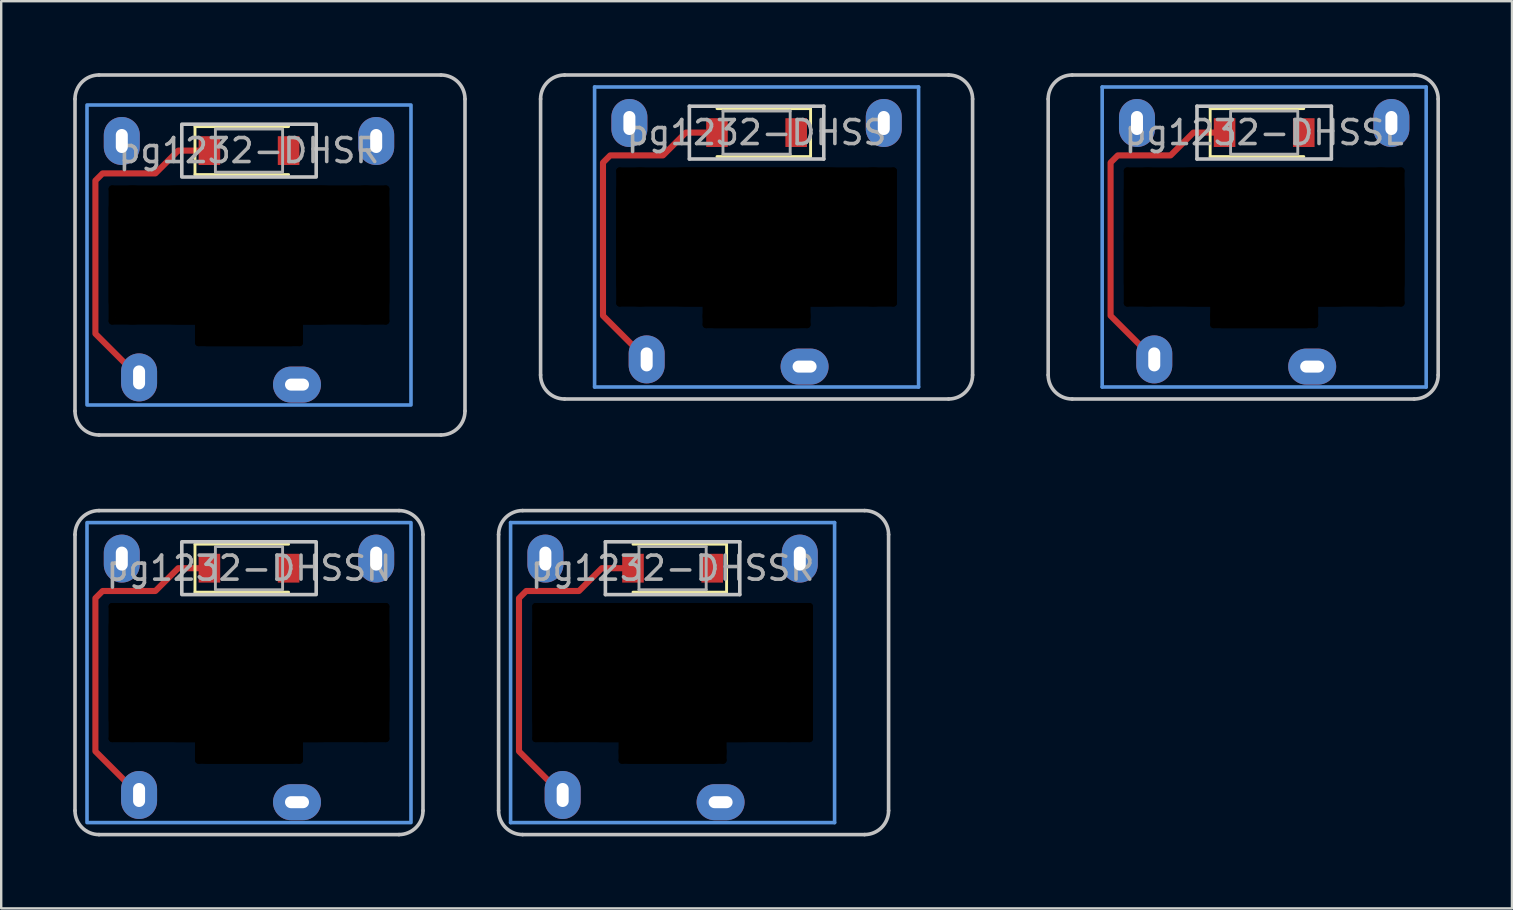
<source format=kicad_pcb>
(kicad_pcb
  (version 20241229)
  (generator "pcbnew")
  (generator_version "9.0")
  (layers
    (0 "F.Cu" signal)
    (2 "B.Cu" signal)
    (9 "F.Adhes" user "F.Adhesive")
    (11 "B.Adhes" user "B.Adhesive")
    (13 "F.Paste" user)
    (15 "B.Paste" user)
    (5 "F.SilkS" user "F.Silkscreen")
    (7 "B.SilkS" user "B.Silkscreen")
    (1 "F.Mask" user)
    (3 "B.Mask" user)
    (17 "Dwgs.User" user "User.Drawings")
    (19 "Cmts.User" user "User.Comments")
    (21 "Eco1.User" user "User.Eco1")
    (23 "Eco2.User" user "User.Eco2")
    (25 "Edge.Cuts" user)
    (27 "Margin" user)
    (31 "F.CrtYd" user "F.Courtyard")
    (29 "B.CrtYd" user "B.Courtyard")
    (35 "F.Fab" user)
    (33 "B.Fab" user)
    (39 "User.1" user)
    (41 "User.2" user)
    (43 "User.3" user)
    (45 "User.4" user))
  (footprint "pg1232-DHSSR"
    (layer "F.Cu")
    (at 24.975 20.625)
    (property "Reference" "pg1232-DHSSR" (at 0 0 0) (layer "F.Fab") (effects (font (size 1 1) (thickness 0.15))))
    (attr smd)
    (fp_line (start 2.25 -1) (end -1.65 -1) (stroke (width 0.12) (type solid)) (layer "F.SilkS"))
    (fp_line (start 2.25 -1) (end 2.25 1) (stroke (width 0.12) (type solid)) (layer "F.SilkS"))
    (fp_line (start 2.25 1) (end -1.65 1) (stroke (width 0.12) (type solid)) (layer "F.SilkS"))
    (fp_line (start -7.25 10.1) (end -7.25 -1.4) (stroke (width 0.15) (type solid)) (layer "Dwgs.User"))
    (fp_line (start -6.25 -2.4) (end 8 -2.4) (stroke (width 0.15) (type solid)) (layer "Dwgs.User"))
    (fp_line (start -2.8 -1.1) (end -2.8 1.1) (stroke (width 0.15) (type solid)) (layer "Dwgs.User"))
    (fp_line (start -2.8 1.1) (end 2.8 1.1) (stroke (width 0.15) (type solid)) (layer "Dwgs.User"))
    (fp_line (start 2.8 -1.1) (end -2.8 -1.1) (stroke (width 0.15) (type solid)) (layer "Dwgs.User"))
    (fp_line (start 2.8 1.1) (end 2.8 -1.1) (stroke (width 0.15) (type solid)) (layer "Dwgs.User"))
    (fp_line (start 8 11.1) (end -6.25 11.1) (stroke (width 0.15) (type solid)) (layer "Dwgs.User"))
    (fp_line (start 9 -1.4) (end 9 10.1) (stroke (width 0.15) (type solid)) (layer "Dwgs.User"))
    (fp_arc (start -7.25 -1.4) (mid -6.957107 -2.107107) (end -6.25 -2.4) (stroke (width 0.15) (type solid)) (layer "Dwgs.User"))
    (fp_arc (start -6.25 11.1) (mid -6.957107 10.807107) (end -7.25 10.1) (stroke (width 0.15) (type solid)) (layer "Dwgs.User"))
    (fp_arc (start 8 -2.4) (mid 8.707107 -2.107107) (end 9 -1.4) (stroke (width 0.15) (type solid)) (layer "Dwgs.User"))
    (fp_arc (start 9 10.1) (mid 8.707107 10.807107) (end 8 11.1) (stroke (width 0.15) (type solid)) (layer "Dwgs.User"))
    (fp_line (start -6.75 -1.9) (end -6.75 10.6) (stroke (width 0.15) (type solid)) (layer "Cmts.User"))
    (fp_line (start -6.75 10.6) (end 6.75 10.6) (stroke (width 0.15) (type solid)) (layer "Cmts.User"))
    (fp_line (start 6.75 -1.9) (end -6.75 -1.9) (stroke (width 0.15) (type solid)) (layer "Cmts.User"))
    (fp_line (start 6.75 10.6) (end 6.75 -1.9) (stroke (width 0.15) (type solid)) (layer "Cmts.User"))
    (fp_line (start -1.4 -0.9) (end -1.4 0.9) (stroke (width 0.12) (type solid)) (layer "F.Fab"))
    (fp_line (start -1.4 0.9) (end 1.4 0.9) (stroke (width 0.12) (type solid)) (layer "F.Fab"))
    (fp_line (start 1.4 -0.9) (end -1.4 -0.9) (stroke (width 0.12) (type solid)) (layer "F.Fab"))
    (fp_line (start 1.4 0.9) (end 1.4 -0.9) (stroke (width 0.12) (type solid)) (layer "F.Fab"))
    (pad "" np_thru_hole oval (at -5.7 4.35 90) (size 5.8 0.3) (drill oval 5.8 0.3) (layers "*.Mask"))
    (pad "" thru_hole oval (at -5.3 -0.4 90) (size 2 1.5) (drill oval 1 0.5) (layers "*.Cu" "B.Mask"))
    (pad "" np_thru_hole oval (at -4.85 4.35) (size 2 5.8) (drill oval 2 5.8) (layers "*.Mask"))
    (pad "" thru_hole oval (at -4.58 9.45 90) (size 2 1.5) (drill oval 1 0.5) (layers "*.Cu" "B.Mask"))
    (pad "" np_thru_hole oval (at -2.1 7.6 90) (size 1.1 0.3) (drill oval 1.1 0.3) (layers "*.Mask"))
    (pad "" smd custom (at -1.65 0) (size 0.254 0.254) (layers "F.Cu") (options (anchor circle)) (primitives (gr_line (start -4.75 7.63) (end -2.93 9.45) (width 0.254)) (gr_line (start 0 0) (end -1.3 0) (width 0.254)) (gr_line (start -1.3 0) (end -2.25 0.95) (width 0.254)) (gr_line (start -4.75 1.25) (end -4.75 7.63) (width 0.254)) (gr_line (start -2.25 0.95) (end -4.45 0.95) (width 0.254)) (gr_line (start -4.45 0.95) (end -4.75 1.25) (width 0.254))))
    (pad "" smd rect (at -1.65 0) (size 0.9 1.2) (layers "F.Cu" "F.Mask" "F.Paste"))
    (pad "" np_thru_hole oval (at 0 1.6) (size 11.7 0.3) (drill oval 11.7 0.3) (layers "*.Mask"))
    (pad "" np_thru_hole oval (at 0 4.35) (size 11.7 5.8) (drill oval 11.7 5.8) (layers "*.Mask"))
    (pad "" np_thru_hole oval (at 0 7.1) (size 11.7 0.3) (drill oval 11.7 0.3) (layers "*.Mask"))
    (pad "" np_thru_hole oval (at 0 7.65) (size 4.5 1) (drill oval 4.5 1) (layers "*.Mask"))
    (pad "" np_thru_hole oval (at 0 8) (size 4.5 0.3) (drill oval 4.5 0.3) (layers "*.Mask"))
    (pad "" np_thru_hole oval (at 2.1 7.6 90) (size 1.1 0.3) (drill oval 1.1 0.3) (layers "*.Mask"))
    (pad "" np_thru_hole oval (at 4.85 4.35) (size 2 5.8) (drill oval 2 5.8) (layers "*.Mask"))
    (pad "" thru_hole oval (at 5.3 -0.4 90) (size 2 1.5) (drill oval 1 0.5) (layers "*.Cu" "B.Mask"))
    (pad "" np_thru_hole oval (at 5.7 4.35 90) (size 5.8 0.3) (drill oval 5.8 0.3) (layers "*.Mask"))
    (pad "1" thru_hole oval (at 2 9.75) (size 2 1.5) (drill oval 1 0.5) (layers "*.Cu" "B.Mask"))
    (pad "2" smd rect (at 1.65 0) (size 0.9 1.2) (layers "F.Cu" "F.Mask" "F.Paste")))
  (footprint "pg1232-DHSS"
    (layer "F.Cu")
    (at 28.475 2.475)
    (property "Reference" "pg1232-DHSS" (at 0 0 0) (layer "F.Fab") (effects (font (size 1 1) (thickness 0.15))))
    (attr smd)
    (fp_line (start 2.25 -1) (end -1.65 -1) (stroke (width 0.12) (type solid)) (layer "F.SilkS"))
    (fp_line (start 2.25 -1) (end 2.25 1) (stroke (width 0.12) (type solid)) (layer "F.SilkS"))
    (fp_line (start 2.25 1) (end -1.65 1) (stroke (width 0.12) (type solid)) (layer "F.SilkS"))
    (fp_line (start -9 10.1) (end -9 -1.4) (stroke (width 0.15) (type solid)) (layer "Dwgs.User"))
    (fp_line (start -8 -2.4) (end 8 -2.4) (stroke (width 0.15) (type solid)) (layer "Dwgs.User"))
    (fp_line (start -2.8 -1.1) (end -2.8 1.1) (stroke (width 0.15) (type solid)) (layer "Dwgs.User"))
    (fp_line (start -2.8 1.1) (end 2.8 1.1) (stroke (width 0.15) (type solid)) (layer "Dwgs.User"))
    (fp_line (start 2.8 -1.1) (end -2.8 -1.1) (stroke (width 0.15) (type solid)) (layer "Dwgs.User"))
    (fp_line (start 2.8 1.1) (end 2.8 -1.1) (stroke (width 0.15) (type solid)) (layer "Dwgs.User"))
    (fp_line (start 8 11.1) (end -8 11.1) (stroke (width 0.15) (type solid)) (layer "Dwgs.User"))
    (fp_line (start 9 -1.4) (end 9 10.1) (stroke (width 0.15) (type solid)) (layer "Dwgs.User"))
    (fp_arc (start -9 -1.4) (mid -8.707107 -2.107107) (end -8 -2.4) (stroke (width 0.15) (type solid)) (layer "Dwgs.User"))
    (fp_arc (start -8 11.1) (mid -8.707107 10.807107) (end -9 10.1) (stroke (width 0.15) (type solid)) (layer "Dwgs.User"))
    (fp_arc (start 8 -2.4) (mid 8.707107 -2.107107) (end 9 -1.4) (stroke (width 0.15) (type solid)) (layer "Dwgs.User"))
    (fp_arc (start 9 10.1) (mid 8.707107 10.807107) (end 8 11.1) (stroke (width 0.15) (type solid)) (layer "Dwgs.User"))
    (fp_line (start -6.75 -1.9) (end -6.75 10.6) (stroke (width 0.15) (type solid)) (layer "Cmts.User"))
    (fp_line (start -6.75 10.6) (end 6.75 10.6) (stroke (width 0.15) (type solid)) (layer "Cmts.User"))
    (fp_line (start 6.75 -1.9) (end -6.75 -1.9) (stroke (width 0.15) (type solid)) (layer "Cmts.User"))
    (fp_line (start 6.75 10.6) (end 6.75 -1.9) (stroke (width 0.15) (type solid)) (layer "Cmts.User"))
    (fp_line (start -1.4 -0.9) (end -1.4 0.9) (stroke (width 0.12) (type solid)) (layer "F.Fab"))
    (fp_line (start -1.4 0.9) (end 1.4 0.9) (stroke (width 0.12) (type solid)) (layer "F.Fab"))
    (fp_line (start 1.4 -0.9) (end -1.4 -0.9) (stroke (width 0.12) (type solid)) (layer "F.Fab"))
    (fp_line (start 1.4 0.9) (end 1.4 -0.9) (stroke (width 0.12) (type solid)) (layer "F.Fab"))
    (pad "" np_thru_hole oval (at -5.7 4.35 90) (size 5.8 0.3) (drill oval 5.8 0.3) (layers "*.Mask"))
    (pad "" thru_hole oval (at -5.3 -0.4 90) (size 2 1.5) (drill oval 1 0.5) (layers "*.Cu" "B.Mask"))
    (pad "" np_thru_hole oval (at -4.85 4.35) (size 2 5.8) (drill oval 2 5.8) (layers "*.Mask"))
    (pad "" thru_hole oval (at -4.58 9.45 90) (size 2 1.5) (drill oval 1 0.5) (layers "*.Cu" "B.Mask"))
    (pad "" np_thru_hole oval (at -2.1 7.6 90) (size 1.1 0.3) (drill oval 1.1 0.3) (layers "*.Mask"))
    (pad "" smd custom (at -1.65 0) (size 0.254 0.254) (layers "F.Cu") (options (anchor circle)) (primitives (gr_line (start -4.75 7.63) (end -2.93 9.45) (width 0.254)) (gr_line (start 0 0) (end -1.3 0) (width 0.254)) (gr_line (start -1.3 0) (end -2.25 0.95) (width 0.254)) (gr_line (start -4.75 1.25) (end -4.75 7.63) (width 0.254)) (gr_line (start -2.25 0.95) (end -4.45 0.95) (width 0.254)) (gr_line (start -4.45 0.95) (end -4.75 1.25) (width 0.254))))
    (pad "" smd rect (at -1.65 0) (size 0.9 1.2) (layers "F.Cu" "F.Mask" "F.Paste"))
    (pad "" np_thru_hole oval (at 0 1.6) (size 11.7 0.3) (drill oval 11.7 0.3) (layers "*.Mask"))
    (pad "" np_thru_hole oval (at 0 4.35) (size 11.7 5.8) (drill oval 11.7 5.8) (layers "*.Mask"))
    (pad "" np_thru_hole oval (at 0 7.1) (size 11.7 0.3) (drill oval 11.7 0.3) (layers "*.Mask"))
    (pad "" np_thru_hole oval (at 0 7.65) (size 4.5 1) (drill oval 4.5 1) (layers "*.Mask"))
    (pad "" np_thru_hole oval (at 0 8) (size 4.5 0.3) (drill oval 4.5 0.3) (layers "*.Mask"))
    (pad "" np_thru_hole oval (at 2.1 7.6 90) (size 1.1 0.3) (drill oval 1.1 0.3) (layers "*.Mask"))
    (pad "" np_thru_hole oval (at 4.85 4.35) (size 2 5.8) (drill oval 2 5.8) (layers "*.Mask"))
    (pad "" thru_hole oval (at 5.3 -0.4 90) (size 2 1.5) (drill oval 1 0.5) (layers "*.Cu" "B.Mask"))
    (pad "" np_thru_hole oval (at 5.7 4.35 90) (size 5.8 0.3) (drill oval 5.8 0.3) (layers "*.Mask"))
    (pad "1" thru_hole oval (at 2 9.75) (size 2 1.5) (drill oval 1 0.5) (layers "*.Cu" "B.Mask"))
    (pad "2" smd rect (at 1.65 0) (size 0.9 1.2) (layers "F.Cu" "F.Mask" "F.Paste")))
  (footprint "pg1232-DHSSN"
    (layer "F.Cu")
    (at 7.325 20.625)
    (property "Reference" "pg1232-DHSSN" (at 0 0 0) (layer "F.Fab") (effects (font (size 1 1) (thickness 0.15))))
    (attr smd)
    (fp_line (start -2.25 -1) (end -2.25 1) (stroke (width 0.12) (type solid)) (layer "F.SilkS"))
    (fp_line (start -2.25 1) (end 1.65 1) (stroke (width 0.12) (type solid)) (layer "F.SilkS"))
    (fp_line (start 1.65 -1) (end -2.25 -1) (stroke (width 0.12) (type solid)) (layer "F.SilkS"))
    (fp_line (start -7.25 10.1) (end -7.25 -1.4) (stroke (width 0.15) (type solid)) (layer "Dwgs.User"))
    (fp_line (start -6.25 -2.4) (end 6.25 -2.4) (stroke (width 0.15) (type solid)) (layer "Dwgs.User"))
    (fp_line (start 6.25 11.1) (end -6.25 11.1) (stroke (width 0.15) (type solid)) (layer "Dwgs.User"))
    (fp_line (start 7.25 -1.4) (end 7.25 10.1) (stroke (width 0.15) (type solid)) (layer "Dwgs.User"))
    (fp_rect (start 2.8 1.1) (end -2.8 -1.1) (stroke (width 0.15) (type solid)) (fill no) (layer "Dwgs.User"))
    (fp_arc (start -7.25 -1.4) (mid -6.957107 -2.107107) (end -6.25 -2.4) (stroke (width 0.15) (type solid)) (layer "Dwgs.User"))
    (fp_arc (start -6.25 11.1) (mid -6.957107 10.807107) (end -7.25 10.1) (stroke (width 0.15) (type solid)) (layer "Dwgs.User"))
    (fp_arc (start 6.25 -2.4) (mid 6.957107 -2.107107) (end 7.25 -1.4) (stroke (width 0.15) (type solid)) (layer "Dwgs.User"))
    (fp_arc (start 7.25 10.1) (mid 6.957107 10.807107) (end 6.25 11.1) (stroke (width 0.15) (type solid)) (layer "Dwgs.User"))
    (fp_rect (start 6.75 10.6) (end -6.75 -1.9) (stroke (width 0.15) (type solid)) (fill no) (layer "Cmts.User"))
    (fp_rect (start 1.4 0.9) (end -1.4 -0.9) (stroke (width 0.12) (type solid)) (fill no) (layer "F.Fab"))
    (pad "" np_thru_hole oval (at -5.7 4.35 90) (size 5.8 0.3) (drill oval 5.8 0.3) (layers "*.Mask"))
    (pad "" np_thru_hole oval (at -4.85 4.35) (size 2 5.8) (drill oval 2 5.8) (layers "*.Mask"))
    (pad "" np_thru_hole oval (at -2.1 7.6 90) (size 1.1 0.3) (drill oval 1.1 0.3) (layers "*.Mask"))
    (pad "" np_thru_hole oval (at 0 1.6) (size 11.7 0.3) (drill oval 11.7 0.3) (layers "*.Mask"))
    (pad "" np_thru_hole oval (at 0 4.35) (size 11.7 5.8) (drill oval 11.7 5.8) (layers "*.Mask"))
    (pad "" np_thru_hole oval (at 0 7.1) (size 11.7 0.3) (drill oval 11.7 0.3) (layers "*.Mask"))
    (pad "" np_thru_hole oval (at 0 7.65) (size 4.5 1) (drill oval 4.5 1) (layers "*.Mask"))
    (pad "" np_thru_hole oval (at 0 8) (size 4.5 0.3) (drill oval 4.5 0.3) (layers "*.Mask"))
    (pad "" np_thru_hole oval (at 2.1 7.6 90) (size 1.1 0.3) (drill oval 1.1 0.3) (layers "*.Mask"))
    (pad "" np_thru_hole oval (at 4.85 4.35) (size 2 5.8) (drill oval 2 5.8) (layers "*.Mask"))
    (pad "" np_thru_hole oval (at 5.7 4.35 90) (size 5.8 0.3) (drill oval 5.8 0.3) (layers "*.Mask"))
    (pad "1" thru_hole oval (at 2 9.75) (size 2 1.5) (drill oval 1 0.5) (layers "*.Cu" "B.Mask"))
    (pad "2" smd rect (at 1.65 0) (size 0.9 1.2) (layers "F.Cu" "F.Mask" "F.Paste"))
    (pad "3" thru_hole oval (at -4.58 9.45 90) (size 2 1.5) (drill oval 1 0.5) (layers "*.Cu" "B.Mask"))
    (pad "3" smd custom (at -1.65 0) (size 0.254 0.254) (layers "F.Cu") (options (anchor circle)) (primitives (gr_line (start 0 0) (end -1.3 0) (width 0.254)) (gr_line (start -1.3 0) (end -2.25 0.95) (width 0.254)) (gr_line (start -2.25 0.95) (end -4.45 0.95) (width 0.254)) (gr_line (start -4.45 0.95) (end -4.75 1.25) (width 0.254)) (gr_line (start -4.75 1.25) (end -4.75 7.63) (width 0.254)) (gr_line (start -4.75 7.63) (end -2.93 9.45) (width 0.254))))
    (pad "3" smd rect (at -1.65 0) (size 0.9 1.2) (layers "F.Cu" "F.Mask" "F.Paste"))
    (pad "4" thru_hole oval (at 5.3 -0.4 90) (size 2 1.5) (drill oval 1 0.5) (layers "*.Cu" "B.Mask"))
    (pad "5" thru_hole oval (at -5.3 -0.4 90) (size 2 1.5) (drill oval 1 0.5) (layers "*.Cu" "B.Mask")))
  (footprint "pg1232-DHSSL"
    (layer "F.Cu")
    (at 49.625 2.475)
    (property "Reference" "pg1232-DHSSL" (at 0 0 0) (layer "F.Fab") (effects (font (size 1 1) (thickness 0.15))))
    (attr smd)
    (fp_line (start -2.25 -1) (end -2.25 1) (stroke (width 0.12) (type solid)) (layer "F.SilkS"))
    (fp_line (start -2.25 1) (end 1.65 1) (stroke (width 0.12) (type solid)) (layer "F.SilkS"))
    (fp_line (start 1.65 -1) (end -2.25 -1) (stroke (width 0.12) (type solid)) (layer "F.SilkS"))
    (fp_line (start -9 10.1) (end -9 -1.4) (stroke (width 0.15) (type solid)) (layer "Dwgs.User"))
    (fp_line (start -8 -2.4) (end 6.25 -2.4) (stroke (width 0.15) (type solid)) (layer "Dwgs.User"))
    (fp_line (start -2.8 -1.1) (end -2.8 1.1) (stroke (width 0.15) (type solid)) (layer "Dwgs.User"))
    (fp_line (start -2.8 1.1) (end 2.8 1.1) (stroke (width 0.15) (type solid)) (layer "Dwgs.User"))
    (fp_line (start 2.8 -1.1) (end -2.8 -1.1) (stroke (width 0.15) (type solid)) (layer "Dwgs.User"))
    (fp_line (start 2.8 1.1) (end 2.8 -1.1) (stroke (width 0.15) (type solid)) (layer "Dwgs.User"))
    (fp_line (start 6.25 11.1) (end -8 11.1) (stroke (width 0.15) (type solid)) (layer "Dwgs.User"))
    (fp_line (start 7.25 -1.4) (end 7.25 10.1) (stroke (width 0.15) (type solid)) (layer "Dwgs.User"))
    (fp_arc (start -9 -1.4) (mid -8.707107 -2.107107) (end -8 -2.4) (stroke (width 0.15) (type solid)) (layer "Dwgs.User"))
    (fp_arc (start -8 11.1) (mid -8.707107 10.807107) (end -9 10.1) (stroke (width 0.15) (type solid)) (layer "Dwgs.User"))
    (fp_arc (start 6.25 -2.4) (mid 6.957107 -2.107107) (end 7.25 -1.4) (stroke (width 0.15) (type solid)) (layer "Dwgs.User"))
    (fp_arc (start 7.25 10.1) (mid 6.957107 10.807107) (end 6.25 11.1) (stroke (width 0.15) (type solid)) (layer "Dwgs.User"))
    (fp_line (start -6.75 -1.9) (end -6.75 10.6) (stroke (width 0.15) (type solid)) (layer "Cmts.User"))
    (fp_line (start -6.75 10.6) (end 6.75 10.6) (stroke (width 0.15) (type solid)) (layer "Cmts.User"))
    (fp_line (start 6.75 -1.9) (end -6.75 -1.9) (stroke (width 0.15) (type solid)) (layer "Cmts.User"))
    (fp_line (start 6.75 10.6) (end 6.75 -1.9) (stroke (width 0.15) (type solid)) (layer "Cmts.User"))
    (fp_rect (start 1.4 0.9) (end -1.4 -0.9) (stroke (width 0.12) (type solid)) (fill no) (layer "F.Fab"))
    (pad "" np_thru_hole oval (at -5.7 4.35 90) (size 5.8 0.3) (drill oval 5.8 0.3) (layers "*.Mask"))
    (pad "" np_thru_hole oval (at -4.85 4.35) (size 2 5.8) (drill oval 2 5.8) (layers "*.Mask"))
    (pad "" np_thru_hole oval (at -2.1 7.6 90) (size 1.1 0.3) (drill oval 1.1 0.3) (layers "*.Mask"))
    (pad "" np_thru_hole oval (at 0 1.6) (size 11.7 0.3) (drill oval 11.7 0.3) (layers "*.Mask"))
    (pad "" np_thru_hole oval (at 0 4.35) (size 11.7 5.8) (drill oval 11.7 5.8) (layers "*.Mask"))
    (pad "" np_thru_hole oval (at 0 7.1) (size 11.7 0.3) (drill oval 11.7 0.3) (layers "*.Mask"))
    (pad "" np_thru_hole oval (at 0 7.65) (size 4.5 1) (drill oval 4.5 1) (layers "*.Mask"))
    (pad "" np_thru_hole oval (at 0 8) (size 4.5 0.3) (drill oval 4.5 0.3) (layers "*.Mask"))
    (pad "" np_thru_hole oval (at 2.1 7.6 90) (size 1.1 0.3) (drill oval 1.1 0.3) (layers "*.Mask"))
    (pad "" np_thru_hole oval (at 4.85 4.35) (size 2 5.8) (drill oval 2 5.8) (layers "*.Mask"))
    (pad "" np_thru_hole oval (at 5.7 4.35 90) (size 5.8 0.3) (drill oval 5.8 0.3) (layers "*.Mask"))
    (pad "1" thru_hole oval (at 2 9.75) (size 2 1.5) (drill oval 1 0.5) (layers "*.Cu" "B.Mask"))
    (pad "2" smd rect (at 1.65 0) (size 0.9 1.2) (layers "F.Cu" "F.Mask" "F.Paste"))
    (pad "3" thru_hole oval (at -4.58 9.45 90) (size 2 1.5) (drill oval 1 0.5) (layers "*.Cu" "B.Mask"))
    (pad "3" smd custom (at -1.65 0) (size 0.254 0.254) (layers "F.Cu") (options (anchor circle)) (primitives (gr_line (start 0 0) (end -1.3 0) (width 0.254)) (gr_line (start -1.3 0) (end -2.25 0.95) (width 0.254)) (gr_line (start -2.25 0.95) (end -4.45 0.95) (width 0.254)) (gr_line (start -4.45 0.95) (end -4.75 1.25) (width 0.254)) (gr_line (start -4.75 1.25) (end -4.75 7.63) (width 0.254)) (gr_line (start -4.75 7.63) (end -2.93 9.45) (width 0.254))))
    (pad "3" smd rect (at -1.65 0) (size 0.9 1.2) (layers "F.Cu" "F.Mask" "F.Paste"))
    (pad "4" thru_hole oval (at 5.3 -0.4 90) (size 2 1.5) (drill oval 1 0.5) (layers "*.Cu" "B.Mask"))
    (pad "5" thru_hole oval (at -5.3 -0.4 90) (size 2 1.5) (drill oval 1 0.5) (layers "*.Cu" "B.Mask")))
  (footprint "pg1232-DHSR"
    (layer "F.Cu")
    (at 7.325 3.225)
    (property "Reference" "pg1232-DHSR" (at 0 0 0) (layer "F.Fab") (effects (font (size 1 1) (thickness 0.15))))
    (attr smd)
    (fp_line (start -2.25 -1) (end -2.25 1) (stroke (width 0.12) (type solid)) (layer "F.SilkS"))
    (fp_line (start -2.25 1) (end 1.65 1) (stroke (width 0.12) (type solid)) (layer "F.SilkS"))
    (fp_line (start 1.65 -1) (end -2.25 -1) (stroke (width 0.12) (type solid)) (layer "F.SilkS"))
    (fp_line (start -7.25 10.85) (end -7.25 -2.15) (stroke (width 0.15) (type solid)) (layer "Dwgs.User"))
    (fp_line (start -6.25 -3.15) (end 8 -3.15) (stroke (width 0.15) (type solid)) (layer "Dwgs.User"))
    (fp_line (start 8 11.85) (end -6.25 11.85) (stroke (width 0.15) (type solid)) (layer "Dwgs.User"))
    (fp_line (start 9 -2.15) (end 9 10.85) (stroke (width 0.15) (type solid)) (layer "Dwgs.User"))
    (fp_rect (start 2.8 1.1) (end -2.8 -1.1) (stroke (width 0.15) (type solid)) (fill no) (layer "Dwgs.User"))
    (fp_arc (start -7.25 -2.15) (mid -6.957107 -2.857107) (end -6.25 -3.15) (stroke (width 0.15) (type solid)) (layer "Dwgs.User"))
    (fp_arc (start -6.25 11.85) (mid -6.957107 11.557107) (end -7.25 10.85) (stroke (width 0.15) (type solid)) (layer "Dwgs.User"))
    (fp_arc (start 8 -3.15) (mid 8.707107 -2.857107) (end 9 -2.15) (stroke (width 0.15) (type solid)) (layer "Dwgs.User"))
    (fp_arc (start 9 10.85) (mid 8.707107 11.557107) (end 8 11.85) (stroke (width 0.15) (type solid)) (layer "Dwgs.User"))
    (fp_rect (start 6.75 10.6) (end -6.75 -1.9) (stroke (width 0.15) (type solid)) (fill no) (layer "Cmts.User"))
    (fp_rect (start 1.4 0.9) (end -1.4 -0.9) (stroke (width 0.12) (type solid)) (fill no) (layer "F.Fab"))
    (pad "" np_thru_hole oval (at -5.7 4.35 90) (size 5.8 0.3) (drill oval 5.8 0.3) (layers "*.Mask"))
    (pad "" np_thru_hole oval (at -4.85 4.35) (size 2 5.8) (drill oval 2 5.8) (layers "*.Mask"))
    (pad "" np_thru_hole oval (at -2.1 7.6 90) (size 1.1 0.3) (drill oval 1.1 0.3) (layers "*.Mask"))
    (pad "" np_thru_hole oval (at 0 1.6) (size 11.7 0.3) (drill oval 11.7 0.3) (layers "*.Mask"))
    (pad "" np_thru_hole oval (at 0 4.35) (size 11.7 5.8) (drill oval 11.7 5.8) (layers "*.Mask"))
    (pad "" np_thru_hole oval (at 0 7.1) (size 11.7 0.3) (drill oval 11.7 0.3) (layers "*.Mask"))
    (pad "" np_thru_hole oval (at 0 7.65) (size 4.5 1) (drill oval 4.5 1) (layers "*.Mask"))
    (pad "" np_thru_hole oval (at 0 8) (size 4.5 0.3) (drill oval 4.5 0.3) (layers "*.Mask"))
    (pad "" np_thru_hole oval (at 2.1 7.6 90) (size 1.1 0.3) (drill oval 1.1 0.3) (layers "*.Mask"))
    (pad "" np_thru_hole oval (at 4.85 4.35) (size 2 5.8) (drill oval 2 5.8) (layers "*.Mask"))
    (pad "" np_thru_hole oval (at 5.7 4.35 90) (size 5.8 0.3) (drill oval 5.8 0.3) (layers "*.Mask"))
    (pad "1" thru_hole oval (at 2 9.75) (size 2 1.5) (drill oval 1 0.5) (layers "*.Cu" "B.Mask"))
    (pad "2" smd rect (at 1.65 0) (size 0.9 1.2) (layers "F.Cu" "F.Mask" "F.Paste"))
    (pad "3" thru_hole oval (at -4.58 9.45 90) (size 2 1.5) (drill oval 1 0.5) (layers "*.Cu" "B.Mask"))
    (pad "3" smd custom (at -1.65 0) (size 0.254 0.254) (layers "F.Cu") (options (anchor circle)) (primitives (gr_line (start 0 0) (end -1.3 0) (width 0.254)) (gr_line (start -1.3 0) (end -2.25 0.95) (width 0.254)) (gr_line (start -2.25 0.95) (end -4.45 0.95) (width 0.254)) (gr_line (start -4.45 0.95) (end -4.75 1.25) (width 0.254)) (gr_line (start -4.75 1.25) (end -4.75 7.63) (width 0.254)) (gr_line (start -4.75 7.63) (end -2.93 9.45) (width 0.254))))
    (pad "3" smd rect (at -1.65 0) (size 0.9 1.2) (layers "F.Cu" "F.Mask" "F.Paste"))
    (pad "4" thru_hole oval (at 5.3 -0.4 90) (size 2 1.5) (drill oval 1 0.5) (layers "*.Cu" "B.Mask"))
    (pad "5" thru_hole oval (at -5.3 -0.4 90) (size 2 1.5) (drill oval 1 0.5) (layers "*.Cu" "B.Mask")))
  (gr_rect
    (start -3 -3)
    (end 59.95 34.8)
    (stroke (width 0.1) (type default))
    (fill no)
    (layer "Edge.Cuts")))
</source>
